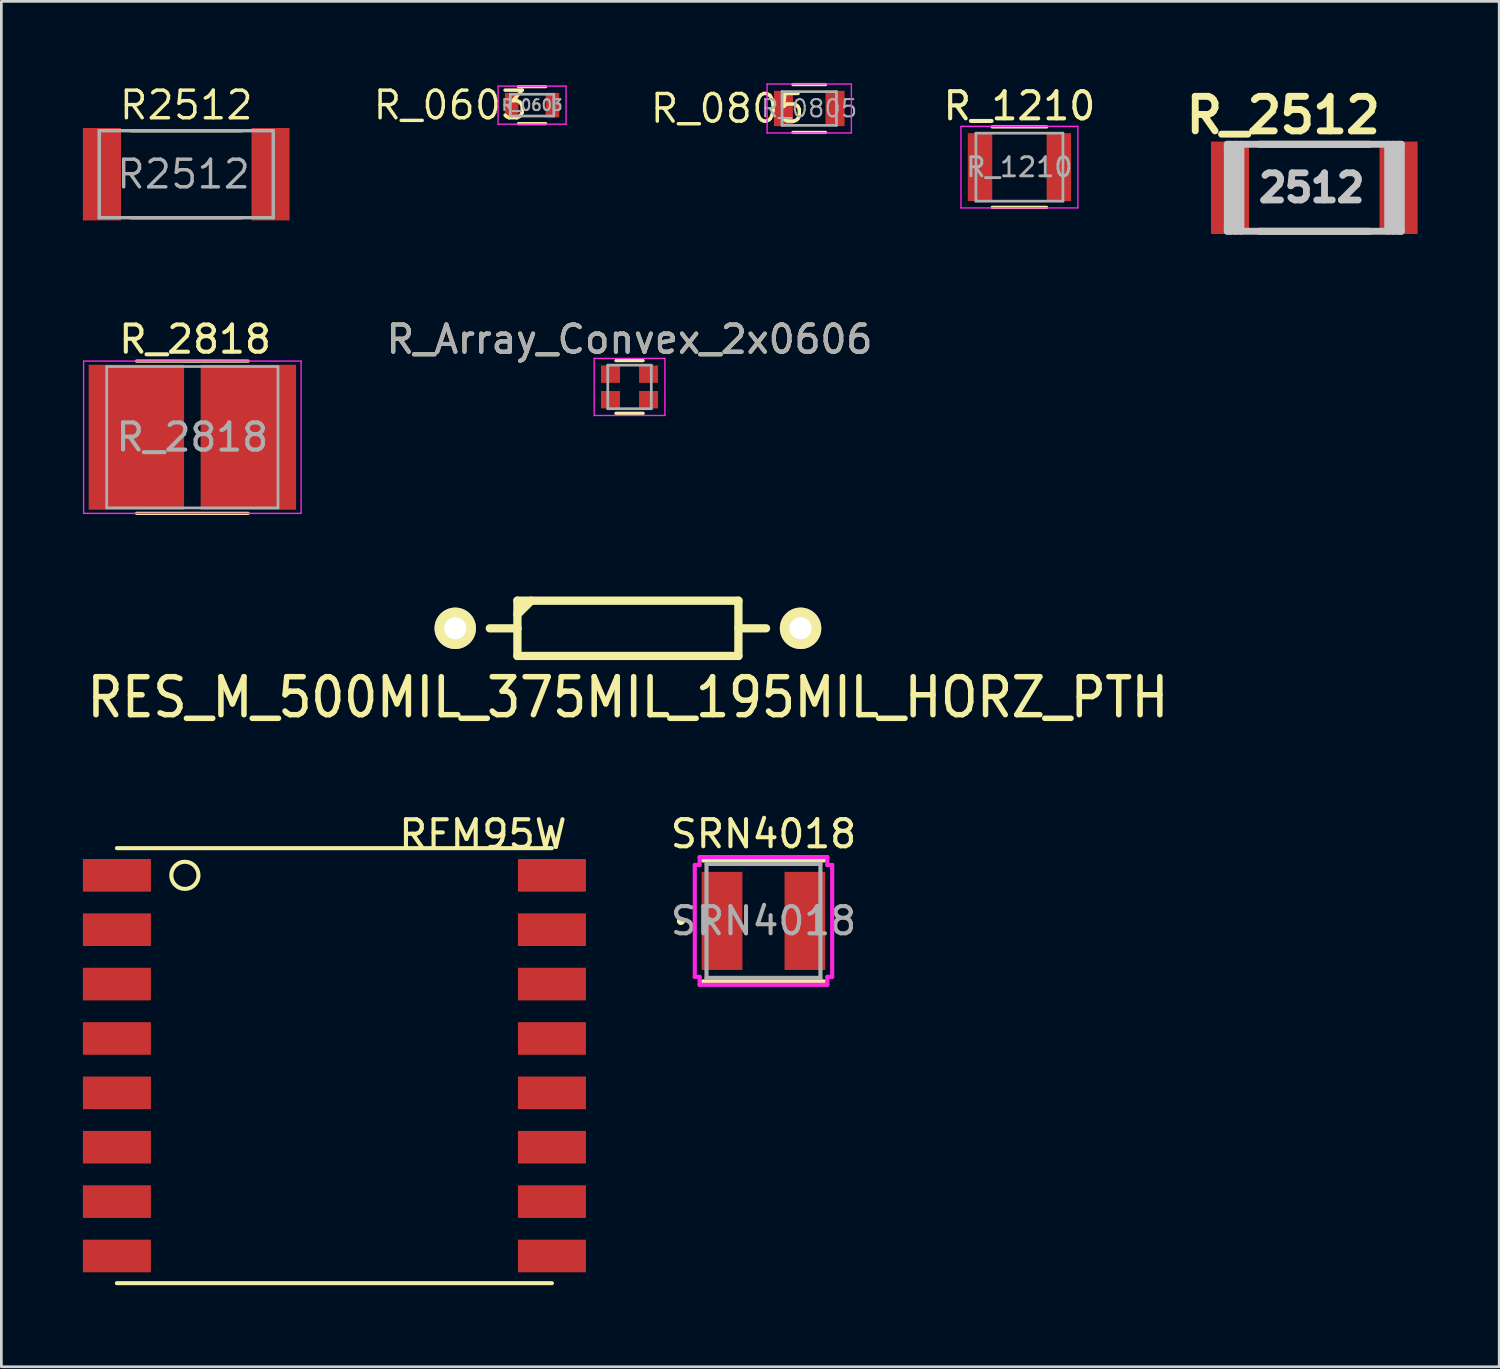
<source format=kicad_pcb>
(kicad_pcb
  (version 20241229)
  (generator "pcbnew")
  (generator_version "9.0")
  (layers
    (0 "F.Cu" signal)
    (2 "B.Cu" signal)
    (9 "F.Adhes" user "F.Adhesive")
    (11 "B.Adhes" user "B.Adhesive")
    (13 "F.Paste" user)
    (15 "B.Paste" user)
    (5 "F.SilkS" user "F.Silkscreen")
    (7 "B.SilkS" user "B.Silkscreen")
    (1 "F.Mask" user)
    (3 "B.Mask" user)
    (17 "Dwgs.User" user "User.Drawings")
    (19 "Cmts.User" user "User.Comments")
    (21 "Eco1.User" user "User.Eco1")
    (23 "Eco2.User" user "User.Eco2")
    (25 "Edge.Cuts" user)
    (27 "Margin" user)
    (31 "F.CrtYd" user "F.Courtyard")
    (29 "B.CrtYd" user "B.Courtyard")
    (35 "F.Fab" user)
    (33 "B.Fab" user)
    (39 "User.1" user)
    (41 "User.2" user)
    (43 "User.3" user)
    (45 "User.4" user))
  (footprint "SRN4018"
    (layer "F.Cu")
    (at 25.03 30.821)
    (property "Reference" "SRN4018" (at 0 -3.2 0) (layer "F.SilkS") (effects (font (size 1 1) (thickness 0.15))))
    (attr through_hole)
    (fp_line (start -2.223 2.223) (end 2.223 2.223) (stroke (width 0.152) (type solid)) (layer "F.SilkS"))
    (fp_line (start 2.223 -2.223) (end -2.223 -2.223) (stroke (width 0.152) (type solid)) (layer "F.SilkS"))
    (fp_circle (center -3.035 0) (end -2.959 0) (stroke (width 0.152) (type solid)) (fill no) (layer "F.SilkS"))
    (fp_line (start -2.527 -2.057) (end -2.349 -2.057) (stroke (width 0.152) (type solid)) (layer "F.CrtYd"))
    (fp_line (start -2.527 2.057) (end -2.527 -2.057) (stroke (width 0.152) (type solid)) (layer "F.CrtYd"))
    (fp_line (start -2.349 -2.349) (end 2.349 -2.349) (stroke (width 0.152) (type solid)) (layer "F.CrtYd"))
    (fp_line (start -2.349 -2.057) (end -2.349 -2.349) (stroke (width 0.152) (type solid)) (layer "F.CrtYd"))
    (fp_line (start -2.349 2.057) (end -2.527 2.057) (stroke (width 0.152) (type solid)) (layer "F.CrtYd"))
    (fp_line (start -2.349 2.349) (end -2.349 2.057) (stroke (width 0.152) (type solid)) (layer "F.CrtYd"))
    (fp_line (start 2.349 -2.349) (end 2.349 -2.057) (stroke (width 0.152) (type solid)) (layer "F.CrtYd"))
    (fp_line (start 2.349 -2.057) (end 2.527 -2.057) (stroke (width 0.152) (type solid)) (layer "F.CrtYd"))
    (fp_line (start 2.349 2.057) (end 2.349 2.349) (stroke (width 0.152) (type solid)) (layer "F.CrtYd"))
    (fp_line (start 2.349 2.349) (end -2.349 2.349) (stroke (width 0.152) (type solid)) (layer "F.CrtYd"))
    (fp_line (start 2.527 -2.057) (end 2.527 2.057) (stroke (width 0.152) (type solid)) (layer "F.CrtYd"))
    (fp_line (start 2.527 2.057) (end 2.349 2.057) (stroke (width 0.152) (type solid)) (layer "F.CrtYd"))
    (fp_line (start -2.095 -2.095) (end -2.095 2.095) (stroke (width 0.152) (type solid)) (layer "F.Fab"))
    (fp_line (start -2.095 2.095) (end 2.095 2.095) (stroke (width 0.152) (type solid)) (layer "F.Fab"))
    (fp_line (start 2.095 -2.095) (end -2.095 -2.095) (stroke (width 0.152) (type solid)) (layer "F.Fab"))
    (fp_line (start 2.095 2.095) (end 2.095 -2.095) (stroke (width 0.152) (type solid)) (layer "F.Fab"))
    (fp_circle (center -2.019 0) (end -1.943 0) (stroke (width 0.152) (type solid)) (fill no) (layer "F.Fab"))
    (fp_text user "${REFERENCE}" (at 0 0 0) (layer "F.Fab") (effects (font (size 1 1) (thickness 0.15))))
    (pad "1" smd rect (at -1.524 0) (size 1.499 3.607) (layers "F.Cu" "F.Mask" "F.Paste"))
    (pad "2" smd rect (at 1.524 0) (size 1.499 3.607) (layers "F.Cu" "F.Mask" "F.Paste")))
  (footprint "R_Array_Convex_2x0606"
    (layer "F.Cu")
    (at 20.104 11.181)
    (property "Reference" "R_Array_Convex_2x0606" (at 0 -1.75 0) (layer "F.SilkS") (effects (font (size 1 1) (thickness 0.15))))
    (attr smd)
    (fp_line (start 0.5 -0.97) (end -0.5 -0.97) (stroke (width 0.12) (type solid)) (layer "F.SilkS"))
    (fp_line (start 0.5 0.97) (end -0.5 0.97) (stroke (width 0.12) (type solid)) (layer "F.SilkS"))
    (fp_line (start -1.3 -1.05) (end -1.3 1.05) (stroke (width 0.05) (type solid)) (layer "F.CrtYd"))
    (fp_line (start -1.3 -1.05) (end 1.3 -1.05) (stroke (width 0.05) (type solid)) (layer "F.CrtYd"))
    (fp_line (start 1.3 1.05) (end -1.3 1.05) (stroke (width 0.05) (type solid)) (layer "F.CrtYd"))
    (fp_line (start 1.3 1.05) (end 1.3 -1.05) (stroke (width 0.05) (type solid)) (layer "F.CrtYd"))
    (fp_line (start -0.8 -0.8) (end 0.8 -0.8) (stroke (width 0.1) (type solid)) (layer "F.Fab"))
    (fp_line (start -0.8 0.8) (end -0.8 -0.8) (stroke (width 0.1) (type solid)) (layer "F.Fab"))
    (fp_line (start 0.8 -0.8) (end 0.8 0.8) (stroke (width 0.1) (type solid)) (layer "F.Fab"))
    (fp_line (start 0.8 0.8) (end -0.8 0.8) (stroke (width 0.1) (type solid)) (layer "F.Fab"))
    (fp_text user "${REFERENCE}" (at 0 -1.75 0) (layer "F.Fab") (effects (font (size 1 1) (thickness 0.15))))
    (pad "1" smd rect (at -0.7 -0.47) (size 0.7 0.64) (layers "F.Cu" "F.Mask" "F.Paste"))
    (pad "2" smd rect (at -0.7 0.47) (size 0.7 0.64) (layers "F.Cu" "F.Mask" "F.Paste"))
    (pad "3" smd rect (at 0.7 0.47) (size 0.7 0.64) (layers "F.Cu" "F.Mask" "F.Paste"))
    (pad "4" smd rect (at 0.7 -0.47) (size 0.7 0.64) (layers "F.Cu" "F.Mask" "F.Paste")))
  (footprint "R_0603"
    (layer "F.Cu")
    (at 16.519 0.817)
    (property "Reference" "R_0603" (at -3 0 0) (layer "F.SilkS") (effects (font (size 1.016 1.016) (thickness 0.127))))
    (attr smd)
    (fp_line (start -0.5 -0.68) (end 0.5 -0.68) (stroke (width 0.12) (type solid)) (layer "F.SilkS"))
    (fp_line (start 0.5 0.68) (end -0.5 0.68) (stroke (width 0.12) (type solid)) (layer "F.SilkS"))
    (fp_line (start -1.25 -0.7) (end -1.25 0.7) (stroke (width 0.05) (type solid)) (layer "F.CrtYd"))
    (fp_line (start -1.25 -0.7) (end 1.25 -0.7) (stroke (width 0.05) (type solid)) (layer "F.CrtYd"))
    (fp_line (start 1.25 0.7) (end -1.25 0.7) (stroke (width 0.05) (type solid)) (layer "F.CrtYd"))
    (fp_line (start 1.25 0.7) (end 1.25 -0.7) (stroke (width 0.05) (type solid)) (layer "F.CrtYd"))
    (fp_line (start -0.8 -0.4) (end 0.8 -0.4) (stroke (width 0.1) (type solid)) (layer "F.Fab"))
    (fp_line (start -0.8 0.4) (end -0.8 -0.4) (stroke (width 0.1) (type solid)) (layer "F.Fab"))
    (fp_line (start 0.8 -0.4) (end 0.8 0.4) (stroke (width 0.1) (type solid)) (layer "F.Fab"))
    (fp_line (start 0.8 0.4) (end -0.8 0.4) (stroke (width 0.1) (type solid)) (layer "F.Fab"))
    (fp_text user "${REFERENCE}" (at 0 0 0) (layer "F.Fab") (effects (font (size 0.4 0.4) (thickness 0.075))))
    (pad "1" smd rect (at -0.75 0) (size 0.5 0.9) (layers "F.Cu" "F.Mask" "F.Paste"))
    (pad "2" smd rect (at 0.75 0) (size 0.5 0.9) (layers "F.Cu" "F.Mask" "F.Paste")))
  (footprint "R_0805"
    (layer "F.Cu")
    (at 26.713 0.94)
    (property "Reference" "R_0805" (at -3 0 0) (layer "F.SilkS") (effects (font (size 1.016 1.016) (thickness 0.127))))
    (attr smd)
    (fp_line (start -0.6 -0.88) (end 0.6 -0.88) (stroke (width 0.12) (type solid)) (layer "F.SilkS"))
    (fp_line (start 0.6 0.88) (end -0.6 0.88) (stroke (width 0.12) (type solid)) (layer "F.SilkS"))
    (fp_line (start -1.55 -0.9) (end -1.55 0.9) (stroke (width 0.05) (type solid)) (layer "F.CrtYd"))
    (fp_line (start -1.55 -0.9) (end 1.55 -0.9) (stroke (width 0.05) (type solid)) (layer "F.CrtYd"))
    (fp_line (start 1.55 0.9) (end -1.55 0.9) (stroke (width 0.05) (type solid)) (layer "F.CrtYd"))
    (fp_line (start 1.55 0.9) (end 1.55 -0.9) (stroke (width 0.05) (type solid)) (layer "F.CrtYd"))
    (fp_line (start -1 -0.62) (end 1 -0.62) (stroke (width 0.1) (type solid)) (layer "F.Fab"))
    (fp_line (start -1 0.62) (end -1 -0.62) (stroke (width 0.1) (type solid)) (layer "F.Fab"))
    (fp_line (start 1 -0.62) (end 1 0.62) (stroke (width 0.1) (type solid)) (layer "F.Fab"))
    (fp_line (start 1 0.62) (end -1 0.62) (stroke (width 0.1) (type solid)) (layer "F.Fab"))
    (fp_text user "${REFERENCE}" (at 0 0 0) (layer "F.Fab") (effects (font (size 0.635 0.635) (thickness 0.076))))
    (pad "1" smd rect (at -0.95 0) (size 0.7 1.3) (layers "F.Cu" "F.Mask" "F.Paste"))
    (pad "2" smd rect (at 0.95 0) (size 0.7 1.3) (layers "F.Cu" "F.Mask" "F.Paste")))
  (footprint "R_2818"
    (layer "F.Cu")
    (at 4.025 13.031)
    (property "Reference" "R_2818" (at 0.1 -3.6 0) (layer "F.SilkS") (effects (font (size 1 1) (thickness 0.15))))
    (attr smd)
    (fp_line (start -2.052 -2.8) (end 2.052 -2.8) (stroke (width 0.12) (type solid)) (layer "F.SilkS"))
    (fp_line (start -2.052 2.8) (end 2.052 2.8) (stroke (width 0.12) (type solid)) (layer "F.SilkS"))
    (fp_line (start -4 -2.8) (end 4 -2.8) (stroke (width 0.05) (type solid)) (layer "F.CrtYd"))
    (fp_line (start -4 2.8) (end -4 -2.8) (stroke (width 0.05) (type solid)) (layer "F.CrtYd"))
    (fp_line (start 4 -2.8) (end 4 2.8) (stroke (width 0.05) (type solid)) (layer "F.CrtYd"))
    (fp_line (start 4 2.8) (end -4 2.8) (stroke (width 0.05) (type solid)) (layer "F.CrtYd"))
    (fp_line (start -3.15 -2.6) (end 3.15 -2.6) (stroke (width 0.1) (type solid)) (layer "F.Fab"))
    (fp_line (start -3.15 2.6) (end -3.15 -2.6) (stroke (width 0.1) (type solid)) (layer "F.Fab"))
    (fp_line (start 3.15 -2.6) (end 3.15 2.6) (stroke (width 0.1) (type solid)) (layer "F.Fab"))
    (fp_line (start 3.15 2.6) (end -3.15 2.6) (stroke (width 0.1) (type solid)) (layer "F.Fab"))
    (fp_text user "${REFERENCE}" (at 0 0 0) (layer "F.Fab") (effects (font (size 1 1) (thickness 0.15))))
    (pad "1" smd rect (at -2.06 0) (size 3.51 5.33) (layers "F.Cu" "F.Mask" "F.Paste"))
    (pad "2" smd rect (at 2.06 0) (size 3.51 5.33) (layers "F.Cu" "F.Mask" "F.Paste")))
  (footprint "R2512"
    (layer "F.Cu")
    (at 3.8 3.357)
    (property "Reference" "R2512" (at 0 -2.54 0) (layer "F.SilkS") (effects (font (size 1.016 1.016) (thickness 0.127))))
    (attr smd)
    (fp_line (start 2.032 -1.6) (end -2.032 -1.6) (stroke (width 0.127) (type solid)) (layer "F.SilkS"))
    (fp_line (start 2.032 1.6) (end -2.032 1.6) (stroke (width 0.127) (type solid)) (layer "F.SilkS"))
    (fp_line (start -3.2 -1.6) (end 3.2 -1.6) (stroke (width 0.127) (type solid)) (layer "F.Fab"))
    (fp_line (start -3.2 1.6) (end -3.2 -1.6) (stroke (width 0.127) (type solid)) (layer "F.Fab"))
    (fp_line (start 3.2 -1.6) (end 3.2 1.6) (stroke (width 0.127) (type solid)) (layer "F.Fab"))
    (fp_line (start 3.2 1.6) (end -3.2 1.6) (stroke (width 0.127) (type solid)) (layer "F.Fab"))
    (fp_text user "${REFERENCE}" (at -0.1 0 0) (layer "F.Fab") (effects (font (size 1.016 1.016) (thickness 0.127))))
    (pad "1" smd rect (at -3.1 0) (size 1.4 3.4) (layers "F.Cu" "F.Mask" "F.Paste"))
    (pad "2" smd rect (at 3.1 0) (size 1.4 3.4) (layers "F.Cu" "F.Mask" "F.Paste")))
  (footprint "RFM95W"
    (layer "F.Cu")
    (at 9.25 36.144)
    (property "Reference" "RFM95W" (at 5.461 -8.509 0) (layer "F.SilkS") (effects (font (size 1.016 1.016) (thickness 0.152))))
    (attr through_hole)
    (fp_line (start -8 -8) (end 8 -8) (stroke (width 0.15) (type solid)) (layer "F.SilkS"))
    (fp_line (start -8 8) (end 8 8) (stroke (width 0.15) (type solid)) (layer "F.SilkS"))
    (fp_circle (center -5.5 -7) (end -5.5 -6.5) (stroke (width 0.15) (type solid)) (fill no) (layer "F.SilkS"))
    (pad "1" smd rect (at -8 -7) (size 2.5 1.2) (layers "F.Cu" "F.Mask" "F.Paste"))
    (pad "2" smd rect (at -8 -5) (size 2.5 1.2) (layers "F.Cu" "F.Mask" "F.Paste"))
    (pad "3" smd rect (at -8 -3) (size 2.5 1.2) (layers "F.Cu" "F.Mask" "F.Paste"))
    (pad "4" smd rect (at -8 -1) (size 2.5 1.2) (layers "F.Cu" "F.Mask" "F.Paste"))
    (pad "5" smd rect (at -8 1) (size 2.5 1.2) (layers "F.Cu" "F.Mask" "F.Paste"))
    (pad "6" smd rect (at -8 3) (size 2.5 1.2) (layers "F.Cu" "F.Mask" "F.Paste"))
    (pad "7" smd rect (at -8 5) (size 2.5 1.2) (layers "F.Cu" "F.Mask" "F.Paste"))
    (pad "8" smd rect (at -8 7) (size 2.5 1.2) (layers "F.Cu" "F.Mask" "F.Paste"))
    (pad "9" smd rect (at 8 7) (size 2.5 1.2) (layers "F.Cu" "F.Mask" "F.Paste"))
    (pad "10" smd rect (at 8 5) (size 2.5 1.2) (layers "F.Cu" "F.Mask" "F.Paste"))
    (pad "11" smd rect (at 8 3) (size 2.5 1.2) (layers "F.Cu" "F.Mask" "F.Paste"))
    (pad "12" smd rect (at 8 1) (size 2.5 1.2) (layers "F.Cu" "F.Mask" "F.Paste"))
    (pad "13" smd rect (at 8 -1) (size 2.5 1.2) (layers "F.Cu" "F.Mask" "F.Paste"))
    (pad "14" smd rect (at 8 -3) (size 2.5 1.2) (layers "F.Cu" "F.Mask" "F.Paste"))
    (pad "15" smd rect (at 8 -5) (size 2.5 1.2) (layers "F.Cu" "F.Mask" "F.Paste"))
    (pad "16" smd rect (at 8 -7) (size 2.5 1.2) (layers "F.Cu" "F.Mask" "F.Paste")))
  (footprint "R_1210"
    (layer "F.Cu")
    (at 34.444 3.098)
    (property "Reference" "R_1210" (at 0 -2.25 0) (layer "F.SilkS") (effects (font (size 1 1) (thickness 0.15))))
    (attr smd)
    (fp_line (start -1 -1.48) (end 1 -1.48) (stroke (width 0.12) (type solid)) (layer "F.SilkS"))
    (fp_line (start 1 1.48) (end -1 1.48) (stroke (width 0.12) (type solid)) (layer "F.SilkS"))
    (fp_line (start -2.15 -1.5) (end -2.15 1.5) (stroke (width 0.05) (type solid)) (layer "F.CrtYd"))
    (fp_line (start -2.15 -1.5) (end 2.15 -1.5) (stroke (width 0.05) (type solid)) (layer "F.CrtYd"))
    (fp_line (start 2.15 1.5) (end -2.15 1.5) (stroke (width 0.05) (type solid)) (layer "F.CrtYd"))
    (fp_line (start 2.15 1.5) (end 2.15 -1.5) (stroke (width 0.05) (type solid)) (layer "F.CrtYd"))
    (fp_line (start -1.6 -1.25) (end 1.6 -1.25) (stroke (width 0.1) (type solid)) (layer "F.Fab"))
    (fp_line (start -1.6 1.25) (end -1.6 -1.25) (stroke (width 0.1) (type solid)) (layer "F.Fab"))
    (fp_line (start 1.6 -1.25) (end 1.6 1.25) (stroke (width 0.1) (type solid)) (layer "F.Fab"))
    (fp_line (start 1.6 1.25) (end -1.6 1.25) (stroke (width 0.1) (type solid)) (layer "F.Fab"))
    (fp_text user "${REFERENCE}" (at 0 0 0) (layer "F.Fab") (effects (font (size 0.7 0.7) (thickness 0.105))))
    (pad "1" smd rect (at -1.45 0) (size 0.9 2.5) (layers "F.Cu" "F.Mask" "F.Paste"))
    (pad "2" smd rect (at 1.45 0) (size 0.9 2.5) (layers "F.Cu" "F.Mask" "F.Paste")))
  (footprint "RES_M_500MIL_375MIL_195MIL_HORZ_PTH"
    (layer "F.Cu")
    (at 20.044 20.059)
    (property "Reference" "RES_M_500MIL_375MIL_195MIL_HORZ_PTH" (at 0 2.54 0) (layer "F.SilkS") (effects (font (size 1.397 1.27) (thickness 0.203))))
    (attr through_hole)
    (fp_line (start -5.08 0) (end -4.064 0) (stroke (width 0.305) (type solid)) (layer "F.SilkS"))
    (fp_line (start -4.064 -1.016) (end 4.064 -1.016) (stroke (width 0.305) (type solid)) (layer "F.SilkS"))
    (fp_line (start -4.064 -0.508) (end -3.556 -1.016) (stroke (width 0.305) (type solid)) (layer "F.SilkS"))
    (fp_line (start -4.064 0) (end -4.064 -1.016) (stroke (width 0.305) (type solid)) (layer "F.SilkS"))
    (fp_line (start -4.064 1.016) (end -4.064 0) (stroke (width 0.305) (type solid)) (layer "F.SilkS"))
    (fp_line (start 4.064 -1.016) (end 4.064 1.016) (stroke (width 0.305) (type solid)) (layer "F.SilkS"))
    (fp_line (start 4.064 1.016) (end -4.064 1.016) (stroke (width 0.305) (type solid)) (layer "F.SilkS"))
    (fp_line (start 5.08 0) (end 4.064 0) (stroke (width 0.305) (type solid)) (layer "F.SilkS"))
    (pad "1" thru_hole circle (at -6.35 0) (size 1.524 1.524) (drill 0.813) (layers "*.Cu" "*.Mask" "F.SilkS"))
    (pad "2" thru_hole circle (at 6.35 0) (size 1.524 1.524) (drill 0.813) (layers "*.Cu" "*.Mask" "F.SilkS")))
  (footprint "R_2512"
    (layer "F.Cu")
    (at 45.289 3.856)
    (property "Reference" "R_2512" (at -1.143 -2.667 0) (layer "F.SilkS") (effects (font (size 1.27 1.27) (thickness 0.254))))
    (attr smd)
    (fp_line (start 2.032 -1.6) (end -2.032 -1.6) (stroke (width 0.254) (type solid)) (layer "F.SilkS"))
    (fp_line (start 2.032 1.6) (end -2.032 1.6) (stroke (width 0.254) (type solid)) (layer "F.SilkS"))
    (fp_line (start -3.2 -1.6) (end 3.2 -1.6) (stroke (width 0.254) (type solid)) (layer "Dwgs.User"))
    (fp_line (start -3.2 1.6) (end -3.2 -1.6) (stroke (width 0.254) (type solid)) (layer "Dwgs.User"))
    (fp_line (start -3.1 -1.6) (end -3.1 1.6) (stroke (width 0.254) (type solid)) (layer "Dwgs.User"))
    (fp_line (start -2.9 1.6) (end -2.9 -1.6) (stroke (width 0.254) (type solid)) (layer "Dwgs.User"))
    (fp_line (start -2.7 -1.6) (end -2.7 1.6) (stroke (width 0.254) (type solid)) (layer "Dwgs.User"))
    (fp_line (start 2.7 -1.6) (end 2.7 1.6) (stroke (width 0.254) (type solid)) (layer "Dwgs.User"))
    (fp_line (start 2.9 -1.6) (end 2.9 1.6) (stroke (width 0.254) (type solid)) (layer "Dwgs.User"))
    (fp_line (start 3.1 -1.6) (end 3.1 1.6) (stroke (width 0.254) (type solid)) (layer "Dwgs.User"))
    (fp_line (start 3.2 -1.6) (end 3.2 1.6) (stroke (width 0.254) (type solid)) (layer "Dwgs.User"))
    (fp_line (start 3.2 1.6) (end -3.2 1.6) (stroke (width 0.254) (type solid)) (layer "Dwgs.User"))
    (fp_text user "2512" (at -0.1 0 0) (layer "Dwgs.User") (effects (font (size 1 1) (thickness 0.25))))
    (pad "1" smd rect (at -3.1 0) (size 1.4 3.4) (layers "F.Cu" "F.Mask" "F.Paste"))
    (pad "2" smd rect (at 3.1 0) (size 1.4 3.4) (layers "F.Cu" "F.Mask" "F.Paste")))
  (gr_rect
    (start -3 -3)
    (end 52.089 47.219)
    (stroke (width 0.1) (type default))
    (fill no)
    (layer "Edge.Cuts")))
</source>
